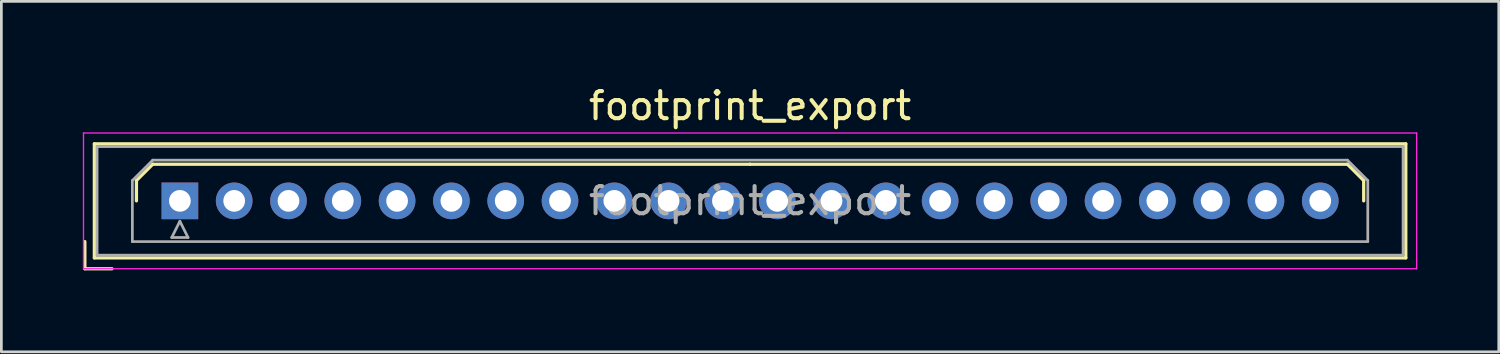
<source format=kicad_pcb>
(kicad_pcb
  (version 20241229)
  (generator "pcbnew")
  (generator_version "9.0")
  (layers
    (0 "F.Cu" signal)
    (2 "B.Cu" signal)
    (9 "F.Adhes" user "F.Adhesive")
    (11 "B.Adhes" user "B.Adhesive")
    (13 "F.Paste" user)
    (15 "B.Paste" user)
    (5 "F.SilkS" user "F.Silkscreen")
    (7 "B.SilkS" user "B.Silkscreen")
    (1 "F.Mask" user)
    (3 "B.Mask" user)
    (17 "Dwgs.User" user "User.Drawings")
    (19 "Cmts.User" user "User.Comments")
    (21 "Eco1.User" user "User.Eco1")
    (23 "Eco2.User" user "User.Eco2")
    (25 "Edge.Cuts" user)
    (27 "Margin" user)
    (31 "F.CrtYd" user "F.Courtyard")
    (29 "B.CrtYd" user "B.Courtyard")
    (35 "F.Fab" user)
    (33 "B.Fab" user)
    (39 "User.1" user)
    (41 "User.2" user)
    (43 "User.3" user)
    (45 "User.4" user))
  (footprint "footprint_export"
    (layer "F.Cu")
    (at 3.575 4.348)
    (property "Reference" "footprint_export" (at 21 -3.5 0) (layer "F.SilkS") (effects (font (size 1 1) (thickness 0.15))))
    (attr through_hole)
    (fp_line (start -3.5 1.5) (end -3.5 2.5) (stroke (width 0.12) (type solid)) (layer "F.SilkS"))
    (fp_line (start -3.5 2.5) (end -2.5 2.5) (stroke (width 0.12) (type solid)) (layer "F.SilkS"))
    (fp_line (start -3.15 -2.1) (end -3.15 2.1) (stroke (width 0.12) (type solid)) (layer "F.SilkS"))
    (fp_line (start -3.15 2.1) (end 45.15 2.1) (stroke (width 0.12) (type solid)) (layer "F.SilkS"))
    (fp_line (start -1.6 -0.75) (end -1 -1.35) (stroke (width 0.12) (type solid)) (layer "F.SilkS"))
    (fp_line (start -1.6 0) (end -1.6 -0.75) (stroke (width 0.12) (type solid)) (layer "F.SilkS"))
    (fp_line (start -1 -1.35) (end 21 -1.35) (stroke (width 0.12) (type solid)) (layer "F.SilkS"))
    (fp_line (start 43 -1.35) (end 21 -1.35) (stroke (width 0.12) (type solid)) (layer "F.SilkS"))
    (fp_line (start 43.6 -0.75) (end 43 -1.35) (stroke (width 0.12) (type solid)) (layer "F.SilkS"))
    (fp_line (start 43.6 0) (end 43.6 -0.75) (stroke (width 0.12) (type solid)) (layer "F.SilkS"))
    (fp_line (start 45.15 -2.1) (end -3.15 -2.1) (stroke (width 0.12) (type solid)) (layer "F.SilkS"))
    (fp_line (start 45.15 2.1) (end 45.15 -2.1) (stroke (width 0.12) (type solid)) (layer "F.SilkS"))
    (fp_line (start -3.55 -2.5) (end -3.55 2.5) (stroke (width 0.05) (type solid)) (layer "F.CrtYd"))
    (fp_line (start -3.55 2.5) (end 45.55 2.5) (stroke (width 0.05) (type solid)) (layer "F.CrtYd"))
    (fp_line (start 45.55 -2.5) (end -3.55 -2.5) (stroke (width 0.05) (type solid)) (layer "F.CrtYd"))
    (fp_line (start 45.55 2.5) (end 45.55 -2.5) (stroke (width 0.05) (type solid)) (layer "F.CrtYd"))
    (fp_line (start -3.05 -2) (end -3.05 2) (stroke (width 0.1) (type solid)) (layer "F.Fab"))
    (fp_line (start -3.05 2) (end 45.05 2) (stroke (width 0.1) (type solid)) (layer "F.Fab"))
    (fp_line (start -1.75 -0.75) (end -1 -1.5) (stroke (width 0.1) (type solid)) (layer "F.Fab"))
    (fp_line (start -1.75 1.5) (end -1.75 -0.75) (stroke (width 0.1) (type solid)) (layer "F.Fab"))
    (fp_line (start -1 -1.5) (end 43 -1.5) (stroke (width 0.1) (type solid)) (layer "F.Fab"))
    (fp_line (start -0.3 1.35) (end 0.3 1.35) (stroke (width 0.1) (type solid)) (layer "F.Fab"))
    (fp_line (start 0 0.75) (end -0.3 1.35) (stroke (width 0.1) (type solid)) (layer "F.Fab"))
    (fp_line (start 0.3 1.35) (end 0 0.75) (stroke (width 0.1) (type solid)) (layer "F.Fab"))
    (fp_line (start 43 -1.5) (end 43.75 -0.75) (stroke (width 0.1) (type solid)) (layer "F.Fab"))
    (fp_line (start 43.75 -0.75) (end 43.75 1.5) (stroke (width 0.1) (type solid)) (layer "F.Fab"))
    (fp_line (start 43.75 1.5) (end -1.75 1.5) (stroke (width 0.1) (type solid)) (layer "F.Fab"))
    (fp_line (start 45.05 -2) (end -3.05 -2) (stroke (width 0.1) (type solid)) (layer "F.Fab"))
    (fp_line (start 45.05 2) (end 45.05 -2) (stroke (width 0.1) (type solid)) (layer "F.Fab"))
    (fp_text user "${REFERENCE}" (at 21 0 0) (layer "F.Fab") (effects (font (size 1 1) (thickness 0.15))))
    (pad "1" thru_hole rect (at 0 0) (size 1.35 1.35) (drill 0.8) (layers "*.Cu" "*.Mask"))
    (pad "2" thru_hole circle (at 2 0) (size 1.35 1.35) (drill 0.8) (layers "*.Cu" "*.Mask"))
    (pad "3" thru_hole circle (at 4 0) (size 1.35 1.35) (drill 0.8) (layers "*.Cu" "*.Mask"))
    (pad "4" thru_hole circle (at 6 0) (size 1.35 1.35) (drill 0.8) (layers "*.Cu" "*.Mask"))
    (pad "5" thru_hole circle (at 8 0) (size 1.35 1.35) (drill 0.8) (layers "*.Cu" "*.Mask"))
    (pad "6" thru_hole circle (at 10 0) (size 1.35 1.35) (drill 0.8) (layers "*.Cu" "*.Mask"))
    (pad "7" thru_hole circle (at 12 0) (size 1.35 1.35) (drill 0.8) (layers "*.Cu" "*.Mask"))
    (pad "8" thru_hole circle (at 14 0) (size 1.35 1.35) (drill 0.8) (layers "*.Cu" "*.Mask"))
    (pad "9" thru_hole circle (at 16 0) (size 1.35 1.35) (drill 0.8) (layers "*.Cu" "*.Mask"))
    (pad "10" thru_hole circle (at 18 0) (size 1.35 1.35) (drill 0.8) (layers "*.Cu" "*.Mask"))
    (pad "11" thru_hole circle (at 20 0) (size 1.35 1.35) (drill 0.8) (layers "*.Cu" "*.Mask"))
    (pad "12" thru_hole circle (at 22 0) (size 1.35 1.35) (drill 0.8) (layers "*.Cu" "*.Mask"))
    (pad "13" thru_hole circle (at 24 0) (size 1.35 1.35) (drill 0.8) (layers "*.Cu" "*.Mask"))
    (pad "14" thru_hole circle (at 26 0) (size 1.35 1.35) (drill 0.8) (layers "*.Cu" "*.Mask"))
    (pad "15" thru_hole circle (at 28 0) (size 1.35 1.35) (drill 0.8) (layers "*.Cu" "*.Mask"))
    (pad "16" thru_hole circle (at 30 0) (size 1.35 1.35) (drill 0.8) (layers "*.Cu" "*.Mask"))
    (pad "17" thru_hole circle (at 32 0) (size 1.35 1.35) (drill 0.8) (layers "*.Cu" "*.Mask"))
    (pad "18" thru_hole circle (at 34 0) (size 1.35 1.35) (drill 0.8) (layers "*.Cu" "*.Mask"))
    (pad "19" thru_hole circle (at 36 0) (size 1.35 1.35) (drill 0.8) (layers "*.Cu" "*.Mask"))
    (pad "20" thru_hole circle (at 38 0) (size 1.35 1.35) (drill 0.8) (layers "*.Cu" "*.Mask"))
    (pad "21" thru_hole circle (at 40 0) (size 1.35 1.35) (drill 0.8) (layers "*.Cu" "*.Mask"))
    (pad "22" thru_hole circle (at 42 0) (size 1.35 1.35) (drill 0.8) (layers "*.Cu" "*.Mask")))
  (gr_rect
    (start -3 -3)
    (end 52.15 9.908)
    (stroke (width 0.1) (type default))
    (fill no)
    (layer "Edge.Cuts")))
</source>
